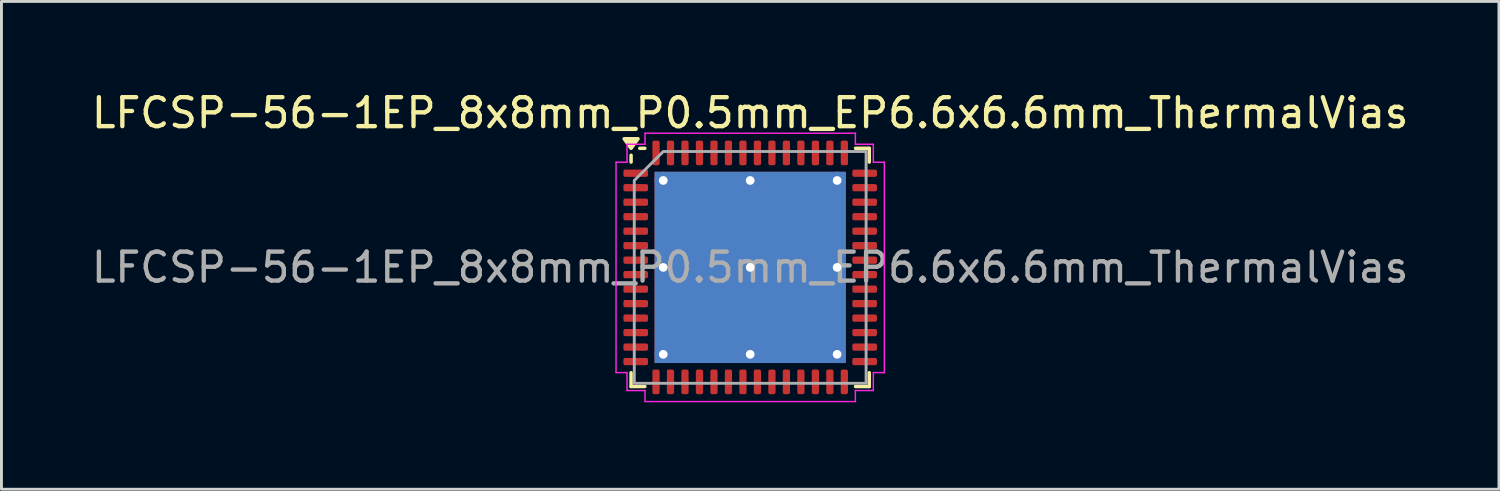
<source format=kicad_pcb>
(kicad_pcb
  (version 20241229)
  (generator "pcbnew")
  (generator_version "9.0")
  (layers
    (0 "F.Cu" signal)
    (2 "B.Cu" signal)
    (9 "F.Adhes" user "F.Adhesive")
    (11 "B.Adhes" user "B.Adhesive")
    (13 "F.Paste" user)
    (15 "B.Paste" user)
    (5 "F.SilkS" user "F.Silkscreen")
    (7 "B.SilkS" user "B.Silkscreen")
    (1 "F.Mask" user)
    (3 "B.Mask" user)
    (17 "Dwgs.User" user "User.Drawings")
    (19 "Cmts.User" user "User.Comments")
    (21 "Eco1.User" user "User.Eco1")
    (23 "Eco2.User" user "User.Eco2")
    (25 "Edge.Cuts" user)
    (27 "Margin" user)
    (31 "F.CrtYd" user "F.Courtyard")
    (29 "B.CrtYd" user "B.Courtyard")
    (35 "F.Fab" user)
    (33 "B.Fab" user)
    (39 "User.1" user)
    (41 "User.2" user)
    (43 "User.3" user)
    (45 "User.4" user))
  (footprint "LFCSP-56-1EP_8x8mm_P0.5mm_EP6.6x6.6mm_ThermalVias"
    (layer "F.Cu")
    (at 22.839 6.178)
    (property "Reference" "LFCSP-56-1EP_8x8mm_P0.5mm_EP6.6x6.6mm_ThermalVias" (at 0 -5.33 0) (layer "F.SilkS") (effects (font (size 1 1) (thickness 0.15))))
    (attr smd)
    (fp_line (start -4.11 -3.635) (end -4.11 -3.87) (stroke (width 0.12) (type solid)) (layer "F.SilkS"))
    (fp_line (start -4.11 4.11) (end -4.11 3.635) (stroke (width 0.12) (type solid)) (layer "F.SilkS"))
    (fp_line (start -3.635 -4.11) (end -3.81 -4.11) (stroke (width 0.12) (type solid)) (layer "F.SilkS"))
    (fp_line (start -3.635 4.11) (end -4.11 4.11) (stroke (width 0.12) (type solid)) (layer "F.SilkS"))
    (fp_line (start 3.635 -4.11) (end 4.11 -4.11) (stroke (width 0.12) (type solid)) (layer "F.SilkS"))
    (fp_line (start 3.635 4.11) (end 4.11 4.11) (stroke (width 0.12) (type solid)) (layer "F.SilkS"))
    (fp_line (start 4.11 -4.11) (end 4.11 -3.635) (stroke (width 0.12) (type solid)) (layer "F.SilkS"))
    (fp_line (start 4.11 4.11) (end 4.11 3.635) (stroke (width 0.12) (type solid)) (layer "F.SilkS"))
    (fp_poly (pts (xy -4.11 -4.11) (xy -4.35 -4.44) (xy -3.87 -4.44)) (stroke (width 0.12) (type solid)) (fill yes) (layer "F.SilkS"))
    (fp_line (start -4.63 -3.63) (end -4.25 -3.63) (stroke (width 0.05) (type solid)) (layer "F.CrtYd"))
    (fp_line (start -4.63 3.63) (end -4.63 -3.63) (stroke (width 0.05) (type solid)) (layer "F.CrtYd"))
    (fp_line (start -4.25 -4.25) (end -3.63 -4.25) (stroke (width 0.05) (type solid)) (layer "F.CrtYd"))
    (fp_line (start -4.25 -3.63) (end -4.25 -4.25) (stroke (width 0.05) (type solid)) (layer "F.CrtYd"))
    (fp_line (start -4.25 3.63) (end -4.63 3.63) (stroke (width 0.05) (type solid)) (layer "F.CrtYd"))
    (fp_line (start -4.25 4.25) (end -4.25 3.63) (stroke (width 0.05) (type solid)) (layer "F.CrtYd"))
    (fp_line (start -3.63 -4.63) (end 3.63 -4.63) (stroke (width 0.05) (type solid)) (layer "F.CrtYd"))
    (fp_line (start -3.63 -4.25) (end -3.63 -4.63) (stroke (width 0.05) (type solid)) (layer "F.CrtYd"))
    (fp_line (start -3.63 4.25) (end -4.25 4.25) (stroke (width 0.05) (type solid)) (layer "F.CrtYd"))
    (fp_line (start -3.63 4.63) (end -3.63 4.25) (stroke (width 0.05) (type solid)) (layer "F.CrtYd"))
    (fp_line (start 3.63 -4.63) (end 3.63 -4.25) (stroke (width 0.05) (type solid)) (layer "F.CrtYd"))
    (fp_line (start 3.63 -4.25) (end 4.25 -4.25) (stroke (width 0.05) (type solid)) (layer "F.CrtYd"))
    (fp_line (start 3.63 4.25) (end 3.63 4.63) (stroke (width 0.05) (type solid)) (layer "F.CrtYd"))
    (fp_line (start 3.63 4.63) (end -3.63 4.63) (stroke (width 0.05) (type solid)) (layer "F.CrtYd"))
    (fp_line (start 4.25 -4.25) (end 4.25 -3.63) (stroke (width 0.05) (type solid)) (layer "F.CrtYd"))
    (fp_line (start 4.25 -3.63) (end 4.63 -3.63) (stroke (width 0.05) (type solid)) (layer "F.CrtYd"))
    (fp_line (start 4.25 3.63) (end 4.25 4.25) (stroke (width 0.05) (type solid)) (layer "F.CrtYd"))
    (fp_line (start 4.25 4.25) (end 3.63 4.25) (stroke (width 0.05) (type solid)) (layer "F.CrtYd"))
    (fp_line (start 4.63 -3.63) (end 4.63 3.63) (stroke (width 0.05) (type solid)) (layer "F.CrtYd"))
    (fp_line (start 4.63 3.63) (end 4.25 3.63) (stroke (width 0.05) (type solid)) (layer "F.CrtYd"))
    (fp_poly (pts (xy -4 -3) (xy -4 4) (xy 4 4) (xy 4 -4) (xy -3 -4)) (stroke (width 0.1) (type solid)) (fill no) (layer "F.Fab"))
    (fp_text user "${REFERENCE}" (at 0 0 0) (layer "F.Fab") (effects (font (size 1 1) (thickness 0.15))))
    (pad "" smd roundrect (at -2.2 -2.2) (size 1.91 1.91) (layers "F.Paste") (roundrect_rratio 0.131))
    (pad "" smd roundrect (at -2.2 0) (size 1.91 1.91) (layers "F.Paste") (roundrect_rratio 0.131))
    (pad "" smd roundrect (at -2.2 2.2) (size 1.91 1.91) (layers "F.Paste") (roundrect_rratio 0.131))
    (pad "" smd roundrect (at 0 -2.2) (size 1.91 1.91) (layers "F.Paste") (roundrect_rratio 0.131))
    (pad "" smd roundrect (at 0 0) (size 1.91 1.91) (layers "F.Paste") (roundrect_rratio 0.131))
    (pad "" smd roundrect (at 0 2.2) (size 1.91 1.91) (layers "F.Paste") (roundrect_rratio 0.131))
    (pad "" smd roundrect (at 2.2 -2.2) (size 1.91 1.91) (layers "F.Paste") (roundrect_rratio 0.131))
    (pad "" smd roundrect (at 2.2 0) (size 1.91 1.91) (layers "F.Paste") (roundrect_rratio 0.131))
    (pad "" smd roundrect (at 2.2 2.2) (size 1.91 1.91) (layers "F.Paste") (roundrect_rratio 0.131))
    (pad "1" smd roundrect (at -3.95 -3.25) (size 0.85 0.25) (layers "F.Cu" "F.Mask" "F.Paste") (roundrect_rratio 0.25))
    (pad "2" smd roundrect (at -3.95 -2.75) (size 0.85 0.25) (layers "F.Cu" "F.Mask" "F.Paste") (roundrect_rratio 0.25))
    (pad "3" smd roundrect (at -3.95 -2.25) (size 0.85 0.25) (layers "F.Cu" "F.Mask" "F.Paste") (roundrect_rratio 0.25))
    (pad "4" smd roundrect (at -3.95 -1.75) (size 0.85 0.25) (layers "F.Cu" "F.Mask" "F.Paste") (roundrect_rratio 0.25))
    (pad "5" smd roundrect (at -3.95 -1.25) (size 0.85 0.25) (layers "F.Cu" "F.Mask" "F.Paste") (roundrect_rratio 0.25))
    (pad "6" smd roundrect (at -3.95 -0.75) (size 0.85 0.25) (layers "F.Cu" "F.Mask" "F.Paste") (roundrect_rratio 0.25))
    (pad "7" smd roundrect (at -3.95 -0.25) (size 0.85 0.25) (layers "F.Cu" "F.Mask" "F.Paste") (roundrect_rratio 0.25))
    (pad "8" smd roundrect (at -3.95 0.25) (size 0.85 0.25) (layers "F.Cu" "F.Mask" "F.Paste") (roundrect_rratio 0.25))
    (pad "9" smd roundrect (at -3.95 0.75) (size 0.85 0.25) (layers "F.Cu" "F.Mask" "F.Paste") (roundrect_rratio 0.25))
    (pad "10" smd roundrect (at -3.95 1.25) (size 0.85 0.25) (layers "F.Cu" "F.Mask" "F.Paste") (roundrect_rratio 0.25))
    (pad "11" smd roundrect (at -3.95 1.75) (size 0.85 0.25) (layers "F.Cu" "F.Mask" "F.Paste") (roundrect_rratio 0.25))
    (pad "12" smd roundrect (at -3.95 2.25) (size 0.85 0.25) (layers "F.Cu" "F.Mask" "F.Paste") (roundrect_rratio 0.25))
    (pad "13" smd roundrect (at -3.95 2.75) (size 0.85 0.25) (layers "F.Cu" "F.Mask" "F.Paste") (roundrect_rratio 0.25))
    (pad "14" smd roundrect (at -3.95 3.25) (size 0.85 0.25) (layers "F.Cu" "F.Mask" "F.Paste") (roundrect_rratio 0.25))
    (pad "15" smd roundrect (at -3.25 3.95) (size 0.25 0.85) (layers "F.Cu" "F.Mask" "F.Paste") (roundrect_rratio 0.25))
    (pad "16" smd roundrect (at -2.75 3.95) (size 0.25 0.85) (layers "F.Cu" "F.Mask" "F.Paste") (roundrect_rratio 0.25))
    (pad "17" smd roundrect (at -2.25 3.95) (size 0.25 0.85) (layers "F.Cu" "F.Mask" "F.Paste") (roundrect_rratio 0.25))
    (pad "18" smd roundrect (at -1.75 3.95) (size 0.25 0.85) (layers "F.Cu" "F.Mask" "F.Paste") (roundrect_rratio 0.25))
    (pad "19" smd roundrect (at -1.25 3.95) (size 0.25 0.85) (layers "F.Cu" "F.Mask" "F.Paste") (roundrect_rratio 0.25))
    (pad "20" smd roundrect (at -0.75 3.95) (size 0.25 0.85) (layers "F.Cu" "F.Mask" "F.Paste") (roundrect_rratio 0.25))
    (pad "21" smd roundrect (at -0.25 3.95) (size 0.25 0.85) (layers "F.Cu" "F.Mask" "F.Paste") (roundrect_rratio 0.25))
    (pad "22" smd roundrect (at 0.25 3.95) (size 0.25 0.85) (layers "F.Cu" "F.Mask" "F.Paste") (roundrect_rratio 0.25))
    (pad "23" smd roundrect (at 0.75 3.95) (size 0.25 0.85) (layers "F.Cu" "F.Mask" "F.Paste") (roundrect_rratio 0.25))
    (pad "24" smd roundrect (at 1.25 3.95) (size 0.25 0.85) (layers "F.Cu" "F.Mask" "F.Paste") (roundrect_rratio 0.25))
    (pad "25" smd roundrect (at 1.75 3.95) (size 0.25 0.85) (layers "F.Cu" "F.Mask" "F.Paste") (roundrect_rratio 0.25))
    (pad "26" smd roundrect (at 2.25 3.95) (size 0.25 0.85) (layers "F.Cu" "F.Mask" "F.Paste") (roundrect_rratio 0.25))
    (pad "27" smd roundrect (at 2.75 3.95) (size 0.25 0.85) (layers "F.Cu" "F.Mask" "F.Paste") (roundrect_rratio 0.25))
    (pad "28" smd roundrect (at 3.25 3.95) (size 0.25 0.85) (layers "F.Cu" "F.Mask" "F.Paste") (roundrect_rratio 0.25))
    (pad "29" smd roundrect (at 3.95 3.25) (size 0.85 0.25) (layers "F.Cu" "F.Mask" "F.Paste") (roundrect_rratio 0.25))
    (pad "30" smd roundrect (at 3.95 2.75) (size 0.85 0.25) (layers "F.Cu" "F.Mask" "F.Paste") (roundrect_rratio 0.25))
    (pad "31" smd roundrect (at 3.95 2.25) (size 0.85 0.25) (layers "F.Cu" "F.Mask" "F.Paste") (roundrect_rratio 0.25))
    (pad "32" smd roundrect (at 3.95 1.75) (size 0.85 0.25) (layers "F.Cu" "F.Mask" "F.Paste") (roundrect_rratio 0.25))
    (pad "33" smd roundrect (at 3.95 1.25) (size 0.85 0.25) (layers "F.Cu" "F.Mask" "F.Paste") (roundrect_rratio 0.25))
    (pad "34" smd roundrect (at 3.95 0.75) (size 0.85 0.25) (layers "F.Cu" "F.Mask" "F.Paste") (roundrect_rratio 0.25))
    (pad "35" smd roundrect (at 3.95 0.25) (size 0.85 0.25) (layers "F.Cu" "F.Mask" "F.Paste") (roundrect_rratio 0.25))
    (pad "36" smd roundrect (at 3.95 -0.25) (size 0.85 0.25) (layers "F.Cu" "F.Mask" "F.Paste") (roundrect_rratio 0.25))
    (pad "37" smd roundrect (at 3.95 -0.75) (size 0.85 0.25) (layers "F.Cu" "F.Mask" "F.Paste") (roundrect_rratio 0.25))
    (pad "38" smd roundrect (at 3.95 -1.25) (size 0.85 0.25) (layers "F.Cu" "F.Mask" "F.Paste") (roundrect_rratio 0.25))
    (pad "39" smd roundrect (at 3.95 -1.75) (size 0.85 0.25) (layers "F.Cu" "F.Mask" "F.Paste") (roundrect_rratio 0.25))
    (pad "40" smd roundrect (at 3.95 -2.25) (size 0.85 0.25) (layers "F.Cu" "F.Mask" "F.Paste") (roundrect_rratio 0.25))
    (pad "41" smd roundrect (at 3.95 -2.75) (size 0.85 0.25) (layers "F.Cu" "F.Mask" "F.Paste") (roundrect_rratio 0.25))
    (pad "42" smd roundrect (at 3.95 -3.25) (size 0.85 0.25) (layers "F.Cu" "F.Mask" "F.Paste") (roundrect_rratio 0.25))
    (pad "43" smd roundrect (at 3.25 -3.95) (size 0.25 0.85) (layers "F.Cu" "F.Mask" "F.Paste") (roundrect_rratio 0.25))
    (pad "44" smd roundrect (at 2.75 -3.95) (size 0.25 0.85) (layers "F.Cu" "F.Mask" "F.Paste") (roundrect_rratio 0.25))
    (pad "45" smd roundrect (at 2.25 -3.95) (size 0.25 0.85) (layers "F.Cu" "F.Mask" "F.Paste") (roundrect_rratio 0.25))
    (pad "46" smd roundrect (at 1.75 -3.95) (size 0.25 0.85) (layers "F.Cu" "F.Mask" "F.Paste") (roundrect_rratio 0.25))
    (pad "47" smd roundrect (at 1.25 -3.95) (size 0.25 0.85) (layers "F.Cu" "F.Mask" "F.Paste") (roundrect_rratio 0.25))
    (pad "48" smd roundrect (at 0.75 -3.95) (size 0.25 0.85) (layers "F.Cu" "F.Mask" "F.Paste") (roundrect_rratio 0.25))
    (pad "49" smd roundrect (at 0.25 -3.95) (size 0.25 0.85) (layers "F.Cu" "F.Mask" "F.Paste") (roundrect_rratio 0.25))
    (pad "50" smd roundrect (at -0.25 -3.95) (size 0.25 0.85) (layers "F.Cu" "F.Mask" "F.Paste") (roundrect_rratio 0.25))
    (pad "51" smd roundrect (at -0.75 -3.95) (size 0.25 0.85) (layers "F.Cu" "F.Mask" "F.Paste") (roundrect_rratio 0.25))
    (pad "52" smd roundrect (at -1.25 -3.95) (size 0.25 0.85) (layers "F.Cu" "F.Mask" "F.Paste") (roundrect_rratio 0.25))
    (pad "53" smd roundrect (at -1.75 -3.95) (size 0.25 0.85) (layers "F.Cu" "F.Mask" "F.Paste") (roundrect_rratio 0.25))
    (pad "54" smd roundrect (at -2.25 -3.95) (size 0.25 0.85) (layers "F.Cu" "F.Mask" "F.Paste") (roundrect_rratio 0.25))
    (pad "55" smd roundrect (at -2.75 -3.95) (size 0.25 0.85) (layers "F.Cu" "F.Mask" "F.Paste") (roundrect_rratio 0.25))
    (pad "56" smd roundrect (at -3.25 -3.95) (size 0.25 0.85) (layers "F.Cu" "F.Mask" "F.Paste") (roundrect_rratio 0.25))
    (pad "57" thru_hole circle (at -3 -3) (size 0.6 0.6) (drill 0.3) (property pad_prop_heatsink) (layers "*.Cu"))
    (pad "57" thru_hole circle (at -3 0) (size 0.6 0.6) (drill 0.3) (property pad_prop_heatsink) (layers "*.Cu"))
    (pad "57" thru_hole circle (at -3 3) (size 0.6 0.6) (drill 0.3) (property pad_prop_heatsink) (layers "*.Cu"))
    (pad "57" thru_hole circle (at 0 -3) (size 0.6 0.6) (drill 0.3) (property pad_prop_heatsink) (layers "*.Cu"))
    (pad "57" thru_hole circle (at 0 0) (size 0.6 0.6) (drill 0.3) (property pad_prop_heatsink) (layers "*.Cu"))
    (pad "57" smd rect (at 0 0) (size 6.6 6.6) (property pad_prop_heatsink) (layers "F.Cu" "F.Mask"))
    (pad "57" smd rect (at 0 0) (size 6.6 6.6) (property pad_prop_heatsink) (layers "B.Cu"))
    (pad "57" thru_hole circle (at 0 3) (size 0.6 0.6) (drill 0.3) (property pad_prop_heatsink) (layers "*.Cu"))
    (pad "57" thru_hole circle (at 3 -3) (size 0.6 0.6) (drill 0.3) (property pad_prop_heatsink) (layers "*.Cu"))
    (pad "57" thru_hole circle (at 3 0) (size 0.6 0.6) (drill 0.3) (property pad_prop_heatsink) (layers "*.Cu"))
    (pad "57" thru_hole circle (at 3 3) (size 0.6 0.6) (drill 0.3) (property pad_prop_heatsink) (layers "*.Cu")))
  (gr_rect
    (start -3 -3)
    (end 48.679 13.833)
    (stroke (width 0.1) (type default))
    (fill no)
    (layer "Edge.Cuts")))
</source>
